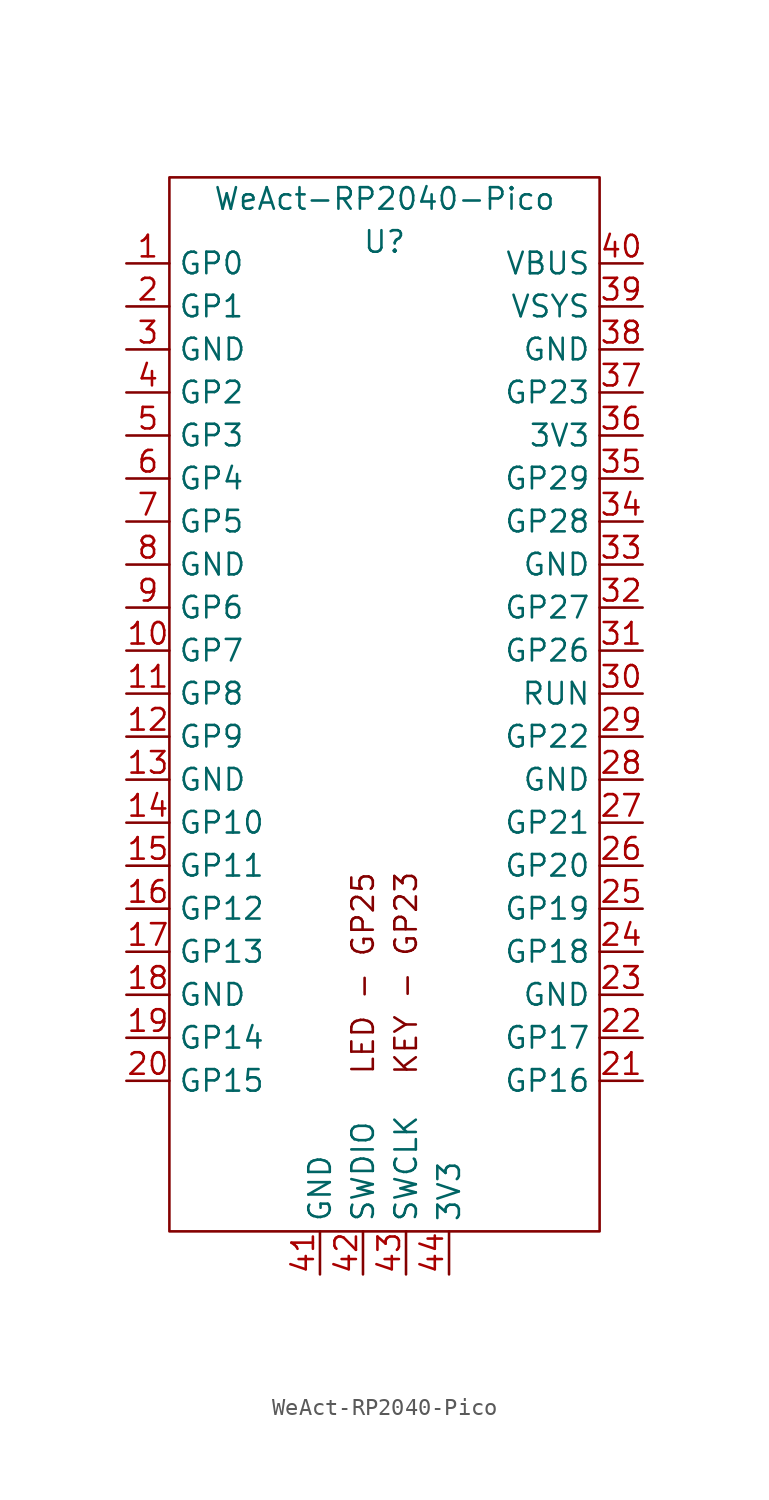
<source format=kicad_sym>
(kicad_symbol_lib
  (version 20211014)
  (generator kicad_symbol_editor)
  (symbol "WeAct-RP2040-Pico"
    (property "Reference" "U"
      (at 0 16.51 0)
      (effects (font (size 1.27 1.27))))
    (property "Value" "WeAct-RP2040-Pico"
      (at 0 19.05 0)
      (effects (font (size 1.27 1.27))))
    (symbol "WeAct-RP2040-Pico_0_0"
      (text "KEY - GP23" (at 1.27 -26.67 900) (effects (font (size 1.27 1.27))))
      (text "LED - GP25" (at -1.27 -26.67 900) (effects (font (size 1.27 1.27)))))
    (symbol "WeAct-RP2040-Pico_0_1"
      (rectangle (start -12.7 20.32) (end 12.7 -41.91) (stroke (width 0) (type default) (color 0 0 0 0)) (fill (type none))))
    (symbol "WeAct-RP2040-Pico_1_1"
      (pin bidirectional line (at -15.24 15.24 0) (length 2.54) (name "GP0" (effects (font (size 1.27 1.27)))) (number "1" (effects (font (size 1.27 1.27)))) (alternate "I2C0 SDA" bidirectional line) (alternate "SPI0 RX" bidirectional line) (alternate "UART0 TX" bidirectional line))
      (pin bidirectional line (at -15.24 -7.62 0) (length 2.54) (name "GP7" (effects (font (size 1.27 1.27)))) (number "10" (effects (font (size 1.27 1.27)))) (alternate "I2C1 SCL" bidirectional line) (alternate "SPI0 TX" bidirectional line))
      (pin bidirectional line (at -15.24 -10.16 0) (length 2.54) (name "GP8" (effects (font (size 1.27 1.27)))) (number "11" (effects (font (size 1.27 1.27)))) (alternate "I2C0 SDA" bidirectional line) (alternate "SPI1 RX" bidirectional line) (alternate "UART1 TX" bidirectional line))
      (pin bidirectional line (at -15.24 -12.7 0) (length 2.54) (name "GP9" (effects (font (size 1.27 1.27)))) (number "12" (effects (font (size 1.27 1.27)))) (alternate "I2C0 SCL" bidirectional line) (alternate "SPI1 CSn" bidirectional line) (alternate "UART1 RX" bidirectional line))
      (pin bidirectional line (at -15.24 -15.24 0) (length 2.54) (name "GND" (effects (font (size 1.27 1.27)))) (number "13" (effects (font (size 1.27 1.27)))))
      (pin bidirectional line (at -15.24 -17.78 0) (length 2.54) (name "GP10" (effects (font (size 1.27 1.27)))) (number "14" (effects (font (size 1.27 1.27)))) (alternate "I2C1 SDA" bidirectional line) (alternate "SPI1 SCK" bidirectional line))
      (pin bidirectional line (at -15.24 -20.32 0) (length 2.54) (name "GP11" (effects (font (size 1.27 1.27)))) (number "15" (effects (font (size 1.27 1.27)))) (alternate "I2C1 SCL" bidirectional line) (alternate "SPI1 TX" bidirectional line))
      (pin bidirectional line (at -15.24 -22.86 0) (length 2.54) (name "GP12" (effects (font (size 1.27 1.27)))) (number "16" (effects (font (size 1.27 1.27)))) (alternate "I2C0 SDA" bidirectional line) (alternate "SPI1 RX" bidirectional line) (alternate "UART0 TX" bidirectional line))
      (pin bidirectional line (at -15.24 -25.4 0) (length 2.54) (name "GP13" (effects (font (size 1.27 1.27)))) (number "17" (effects (font (size 1.27 1.27)))) (alternate "I2C0 SCL" bidirectional line) (alternate "SPI1 CSn" bidirectional line) (alternate "UART0 RX" bidirectional line))
      (pin bidirectional line (at -15.24 -27.94 0) (length 2.54) (name "GND" (effects (font (size 1.27 1.27)))) (number "18" (effects (font (size 1.27 1.27)))))
      (pin bidirectional line (at -15.24 -30.48 0) (length 2.54) (name "GP14" (effects (font (size 1.27 1.27)))) (number "19" (effects (font (size 1.27 1.27)))) (alternate "I2C1 SDA" bidirectional line) (alternate "SPI1 SCK" bidirectional line))
      (pin bidirectional line (at -15.24 12.7 0) (length 2.54) (name "GP1" (effects (font (size 1.27 1.27)))) (number "2" (effects (font (size 1.27 1.27)))) (alternate "I2C0 SCL" bidirectional line) (alternate "SPI0 CSn" bidirectional line) (alternate "UART0 RX" bidirectional line))
      (pin bidirectional line (at -15.24 -33.02 0) (length 2.54) (name "GP15" (effects (font (size 1.27 1.27)))) (number "20" (effects (font (size 1.27 1.27)))) (alternate "I2C1 SCL" bidirectional line) (alternate "SPI1 TX" bidirectional line))
      (pin bidirectional line (at 15.24 -33.02 180) (length 2.54) (name "GP16" (effects (font (size 1.27 1.27)))) (number "21" (effects (font (size 1.27 1.27)))) (alternate "I2C0 SDA" bidirectional line) (alternate "SPI0 RX" bidirectional line) (alternate "UART0 TX" bidirectional line))
      (pin bidirectional line (at 15.24 -30.48 180) (length 2.54) (name "GP17" (effects (font (size 1.27 1.27)))) (number "22" (effects (font (size 1.27 1.27)))) (alternate "I2C0 SCL" bidirectional line) (alternate "SPI0 CSn" bidirectional line) (alternate "UART0 RX" bidirectional line))
      (pin bidirectional line (at 15.24 -27.94 180) (length 2.54) (name "GND" (effects (font (size 1.27 1.27)))) (number "23" (effects (font (size 1.27 1.27)))))
      (pin bidirectional line (at 15.24 -25.4 180) (length 2.54) (name "GP18" (effects (font (size 1.27 1.27)))) (number "24" (effects (font (size 1.27 1.27)))) (alternate "I2C1 SDA" bidirectional line) (alternate "SPI0 SCK" bidirectional line))
      (pin bidirectional line (at 15.24 -22.86 180) (length 2.54) (name "GP19" (effects (font (size 1.27 1.27)))) (number "25" (effects (font (size 1.27 1.27)))) (alternate "I2C1 SCL" bidirectional line) (alternate "SPI0 TX" bidirectional line))
      (pin bidirectional line (at 15.24 -20.32 180) (length 2.54) (name "GP20" (effects (font (size 1.27 1.27)))) (number "26" (effects (font (size 1.27 1.27)))) (alternate "I2C0 SDA" bidirectional line))
      (pin bidirectional line (at 15.24 -17.78 180) (length 2.54) (name "GP21" (effects (font (size 1.27 1.27)))) (number "27" (effects (font (size 1.27 1.27)))) (alternate "I2C0 SCL" bidirectional line))
      (pin bidirectional line (at 15.24 -15.24 180) (length 2.54) (name "GND" (effects (font (size 1.27 1.27)))) (number "28" (effects (font (size 1.27 1.27)))))
      (pin bidirectional line (at 15.24 -12.7 180) (length 2.54) (name "GP22" (effects (font (size 1.27 1.27)))) (number "29" (effects (font (size 1.27 1.27)))))
      (pin bidirectional line (at -15.24 10.16 0) (length 2.54) (name "GND" (effects (font (size 1.27 1.27)))) (number "3" (effects (font (size 1.27 1.27)))))
      (pin bidirectional line (at 15.24 -10.16 180) (length 2.54) (name "RUN" (effects (font (size 1.27 1.27)))) (number "30" (effects (font (size 1.27 1.27)))) (alternate "ADC0" bidirectional line) (alternate "I2C1 SDA" bidirectional line))
      (pin bidirectional line (at 15.24 -7.62 180) (length 2.54) (name "GP26" (effects (font (size 1.27 1.27)))) (number "31" (effects (font (size 1.27 1.27)))) (alternate "ADC1" bidirectional line) (alternate "I2C1 SCL" bidirectional line))
      (pin bidirectional line (at 15.24 -5.08 180) (length 2.54) (name "GP27" (effects (font (size 1.27 1.27)))) (number "32" (effects (font (size 1.27 1.27)))) (alternate "ADC2" bidirectional line))
      (pin bidirectional line (at 15.24 -2.54 180) (length 2.54) (name "GND" (effects (font (size 1.27 1.27)))) (number "33" (effects (font (size 1.27 1.27)))))
      (pin bidirectional line (at 15.24 0 180) (length 2.54) (name "GP28" (effects (font (size 1.27 1.27)))) (number "34" (effects (font (size 1.27 1.27)))))
      (pin bidirectional line (at 15.24 2.54 180) (length 2.54) (name "GP29" (effects (font (size 1.27 1.27)))) (number "35" (effects (font (size 1.27 1.27)))))
      (pin bidirectional line (at 15.24 5.08 180) (length 2.54) (name "3V3" (effects (font (size 1.27 1.27)))) (number "36" (effects (font (size 1.27 1.27)))))
      (pin bidirectional line (at 15.24 7.62 180) (length 2.54) (name "GP23" (effects (font (size 1.27 1.27)))) (number "37" (effects (font (size 1.27 1.27)))))
      (pin bidirectional line (at 15.24 10.16 180) (length 2.54) (name "GND" (effects (font (size 1.27 1.27)))) (number "38" (effects (font (size 1.27 1.27)))))
      (pin bidirectional line (at 15.24 12.7 180) (length 2.54) (name "VSYS" (effects (font (size 1.27 1.27)))) (number "39" (effects (font (size 1.27 1.27)))))
      (pin bidirectional line (at -15.24 7.62 0) (length 2.54) (name "GP2" (effects (font (size 1.27 1.27)))) (number "4" (effects (font (size 1.27 1.27)))) (alternate "I2C1 SDA" bidirectional line) (alternate "SPI0 SCK" bidirectional line))
      (pin bidirectional line (at 15.24 15.24 180) (length 2.54) (name "VBUS" (effects (font (size 1.27 1.27)))) (number "40" (effects (font (size 1.27 1.27)))))
      (pin bidirectional line (at -3.81 -44.45 90) (length 2.54) (name "GND" (effects (font (size 1.27 1.27)))) (number "41" (effects (font (size 1.27 1.27)))))
      (pin bidirectional line (at -1.27 -44.45 90) (length 2.54) (name "SWDIO" (effects (font (size 1.27 1.27)))) (number "42" (effects (font (size 1.27 1.27)))))
      (pin bidirectional line (at 1.27 -44.45 90) (length 2.54) (name "SWCLK" (effects (font (size 1.27 1.27)))) (number "43" (effects (font (size 1.27 1.27)))))
      (pin bidirectional line (at 3.81 -44.45 90) (length 2.54) (name "3V3" (effects (font (size 1.27 1.27)))) (number "44" (effects (font (size 1.27 1.27)))))
      (pin bidirectional line (at -15.24 5.08 0) (length 2.54) (name "GP3" (effects (font (size 1.27 1.27)))) (number "5" (effects (font (size 1.27 1.27)))) (alternate "I2C1 SCL" bidirectional line) (alternate "SPI0 TX" bidirectional line))
      (pin bidirectional line (at -15.24 2.54 0) (length 2.54) (name "GP4" (effects (font (size 1.27 1.27)))) (number "6" (effects (font (size 1.27 1.27)))) (alternate "I2C0 SDA" bidirectional line) (alternate "SPI0 RX" bidirectional line) (alternate "UART1 TX" bidirectional line))
      (pin bidirectional line (at -15.24 0 0) (length 2.54) (name "GP5" (effects (font (size 1.27 1.27)))) (number "7" (effects (font (size 1.27 1.27)))) (alternate "I2C0 SCL" bidirectional line) (alternate "SPI0 CSn" bidirectional line) (alternate "UART1 RX" bidirectional line))
      (pin bidirectional line (at -15.24 -2.54 0) (length 2.54) (name "GND" (effects (font (size 1.27 1.27)))) (number "8" (effects (font (size 1.27 1.27)))))
      (pin bidirectional line (at -15.24 -5.08 0) (length 2.54) (name "GP6" (effects (font (size 1.27 1.27)))) (number "9" (effects (font (size 1.27 1.27)))) (alternate "I2C1 SDA" bidirectional line) (alternate "SPI0 SCK" bidirectional line)))))
</source>
